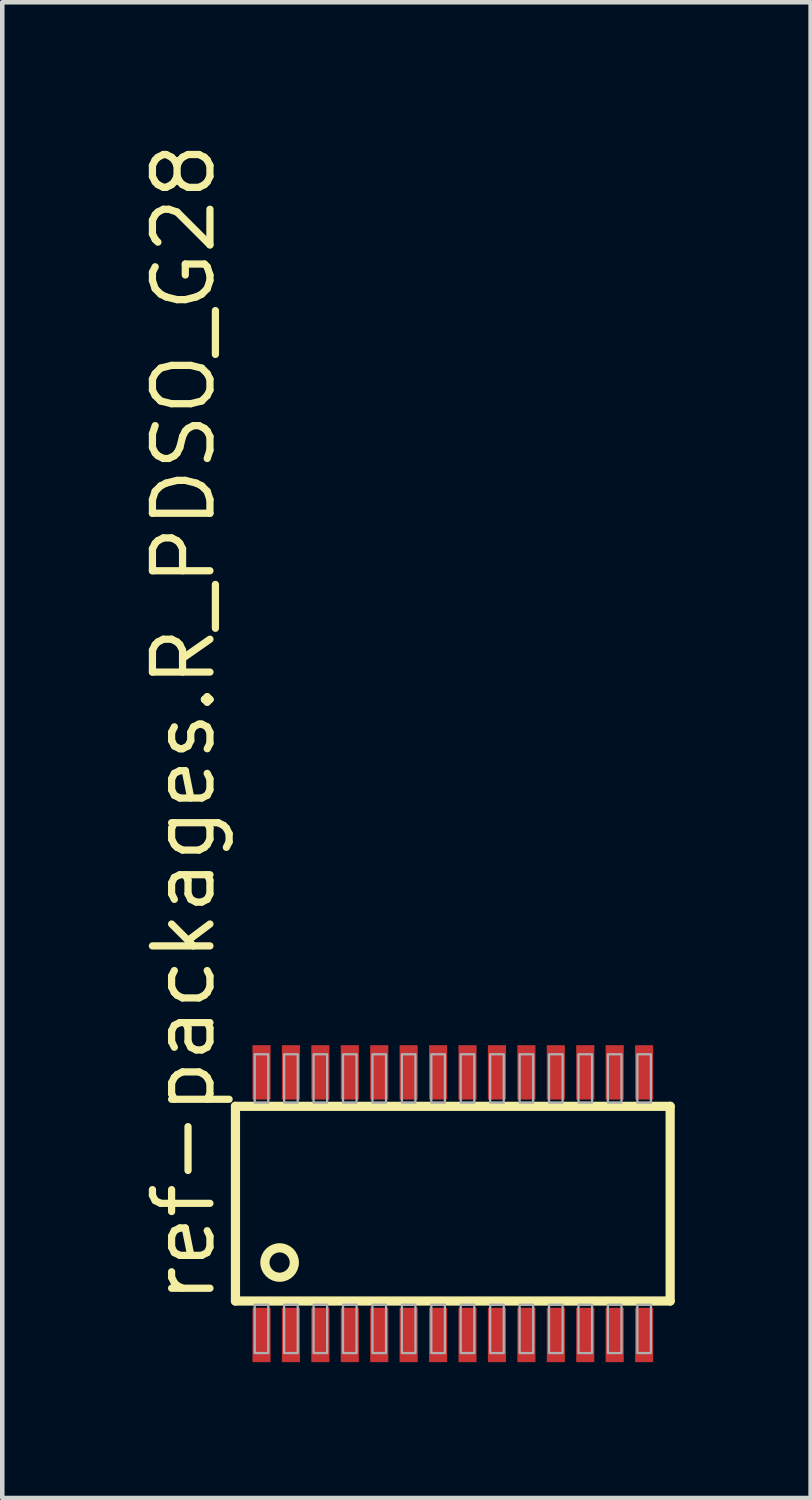
<source format=kicad_pcb>
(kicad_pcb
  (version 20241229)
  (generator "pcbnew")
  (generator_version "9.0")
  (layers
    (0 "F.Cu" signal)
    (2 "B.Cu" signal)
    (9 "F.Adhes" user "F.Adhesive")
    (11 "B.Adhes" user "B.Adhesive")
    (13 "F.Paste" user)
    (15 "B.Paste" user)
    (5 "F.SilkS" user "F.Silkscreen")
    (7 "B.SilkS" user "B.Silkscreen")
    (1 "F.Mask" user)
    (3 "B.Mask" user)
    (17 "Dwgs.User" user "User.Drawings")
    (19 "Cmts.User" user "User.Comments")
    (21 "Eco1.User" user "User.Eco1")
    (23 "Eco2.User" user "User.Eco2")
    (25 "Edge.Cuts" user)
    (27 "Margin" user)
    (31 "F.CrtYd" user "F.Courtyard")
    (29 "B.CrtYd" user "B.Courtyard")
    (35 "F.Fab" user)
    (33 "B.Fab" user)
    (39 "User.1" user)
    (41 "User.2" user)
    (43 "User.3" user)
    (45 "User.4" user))
  (footprint "ref-packages.R_PDSO_G28"
    (layer "F.Cu")
    (at 6.95 23.532)
    (property "Reference" "ref-packages.R_PDSO_G28" (at -5.2 2.275 90) (layer "F.SilkS") (effects (font (size 1.27 1.27) (thickness 0.16)) (justify left bottom)))
    (attr smd)
    (fp_line (start -4.8 -2.15) (end 4.8 -2.15) (stroke (width 0.203) (type default)) (layer "F.SilkS"))
    (fp_line (start -4.8 2.15) (end -4.8 -2.15) (stroke (width 0.203) (type default)) (layer "F.SilkS"))
    (fp_line (start 4.8 -2.15) (end 4.8 2.15) (stroke (width 0.203) (type default)) (layer "F.SilkS"))
    (fp_line (start 4.8 2.15) (end -4.8 2.15) (stroke (width 0.203) (type default)) (layer "F.SilkS"))
    (fp_circle (center -3.825 1.3) (end -3.5 1.3) (stroke (width 0.203) (type default)) (fill no) (layer "F.SilkS"))
    (fp_rect (start -4.375 -2.23) (end -4.075 -3.3) (stroke (width 0.05) (type default)) (fill no) (layer "F.Fab"))
    (fp_rect (start -4.375 3.3) (end -4.075 2.23) (stroke (width 0.05) (type default)) (fill no) (layer "F.Fab"))
    (fp_rect (start -3.725 -2.23) (end -3.425 -3.3) (stroke (width 0.05) (type default)) (fill no) (layer "F.Fab"))
    (fp_rect (start -3.725 3.3) (end -3.425 2.23) (stroke (width 0.05) (type default)) (fill no) (layer "F.Fab"))
    (fp_rect (start -3.075 -2.23) (end -2.775 -3.3) (stroke (width 0.05) (type default)) (fill no) (layer "F.Fab"))
    (fp_rect (start -3.075 3.3) (end -2.775 2.23) (stroke (width 0.05) (type default)) (fill no) (layer "F.Fab"))
    (fp_rect (start -2.425 -2.23) (end -2.125 -3.3) (stroke (width 0.05) (type default)) (fill no) (layer "F.Fab"))
    (fp_rect (start -2.425 3.3) (end -2.125 2.23) (stroke (width 0.05) (type default)) (fill no) (layer "F.Fab"))
    (fp_rect (start -1.775 -2.23) (end -1.475 -3.3) (stroke (width 0.05) (type default)) (fill no) (layer "F.Fab"))
    (fp_rect (start -1.775 3.3) (end -1.475 2.23) (stroke (width 0.05) (type default)) (fill no) (layer "F.Fab"))
    (fp_rect (start -1.125 -2.23) (end -0.825 -3.3) (stroke (width 0.05) (type default)) (fill no) (layer "F.Fab"))
    (fp_rect (start -1.125 3.3) (end -0.825 2.23) (stroke (width 0.05) (type default)) (fill no) (layer "F.Fab"))
    (fp_rect (start -0.475 -2.23) (end -0.175 -3.3) (stroke (width 0.05) (type default)) (fill no) (layer "F.Fab"))
    (fp_rect (start -0.475 3.3) (end -0.175 2.23) (stroke (width 0.05) (type default)) (fill no) (layer "F.Fab"))
    (fp_rect (start 0.175 -2.23) (end 0.475 -3.3) (stroke (width 0.05) (type default)) (fill no) (layer "F.Fab"))
    (fp_rect (start 0.175 3.3) (end 0.475 2.23) (stroke (width 0.05) (type default)) (fill no) (layer "F.Fab"))
    (fp_rect (start 0.825 -2.23) (end 1.125 -3.3) (stroke (width 0.05) (type default)) (fill no) (layer "F.Fab"))
    (fp_rect (start 0.825 3.3) (end 1.125 2.23) (stroke (width 0.05) (type default)) (fill no) (layer "F.Fab"))
    (fp_rect (start 1.475 -2.23) (end 1.775 -3.3) (stroke (width 0.05) (type default)) (fill no) (layer "F.Fab"))
    (fp_rect (start 1.475 3.3) (end 1.775 2.23) (stroke (width 0.05) (type default)) (fill no) (layer "F.Fab"))
    (fp_rect (start 2.125 -2.23) (end 2.425 -3.3) (stroke (width 0.05) (type default)) (fill no) (layer "F.Fab"))
    (fp_rect (start 2.125 3.3) (end 2.425 2.23) (stroke (width 0.05) (type default)) (fill no) (layer "F.Fab"))
    (fp_rect (start 2.775 -2.23) (end 3.075 -3.3) (stroke (width 0.05) (type default)) (fill no) (layer "F.Fab"))
    (fp_rect (start 2.775 3.3) (end 3.075 2.23) (stroke (width 0.05) (type default)) (fill no) (layer "F.Fab"))
    (fp_rect (start 3.425 -2.23) (end 3.725 -3.3) (stroke (width 0.05) (type default)) (fill no) (layer "F.Fab"))
    (fp_rect (start 3.425 3.3) (end 3.725 2.23) (stroke (width 0.05) (type default)) (fill no) (layer "F.Fab"))
    (fp_rect (start 4.075 -2.23) (end 4.375 -3.3) (stroke (width 0.05) (type default)) (fill no) (layer "F.Fab"))
    (fp_rect (start 4.075 3.3) (end 4.375 2.23) (stroke (width 0.05) (type default)) (fill no) (layer "F.Fab"))
    (pad "1" smd roundrect (at -4.225 2.9) (size 0.4 1.2) (layers "F.Cu" "F.Mask" "F.Paste") (roundrect_rratio 0.01))
    (pad "2" smd roundrect (at -3.575 2.9) (size 0.4 1.2) (layers "F.Cu" "F.Mask" "F.Paste") (roundrect_rratio 0.01))
    (pad "3" smd roundrect (at -2.925 2.9) (size 0.4 1.2) (layers "F.Cu" "F.Mask" "F.Paste") (roundrect_rratio 0.01))
    (pad "4" smd roundrect (at -2.275 2.9) (size 0.4 1.2) (layers "F.Cu" "F.Mask" "F.Paste") (roundrect_rratio 0.01))
    (pad "5" smd roundrect (at -1.625 2.9) (size 0.4 1.2) (layers "F.Cu" "F.Mask" "F.Paste") (roundrect_rratio 0.01))
    (pad "6" smd roundrect (at -0.975 2.9) (size 0.4 1.2) (layers "F.Cu" "F.Mask" "F.Paste") (roundrect_rratio 0.01))
    (pad "7" smd roundrect (at -0.325 2.9) (size 0.4 1.2) (layers "F.Cu" "F.Mask" "F.Paste") (roundrect_rratio 0.01))
    (pad "8" smd roundrect (at 0.325 2.9) (size 0.4 1.2) (layers "F.Cu" "F.Mask" "F.Paste") (roundrect_rratio 0.01))
    (pad "9" smd roundrect (at 0.975 2.9) (size 0.4 1.2) (layers "F.Cu" "F.Mask" "F.Paste") (roundrect_rratio 0.01))
    (pad "10" smd roundrect (at 1.625 2.9) (size 0.4 1.2) (layers "F.Cu" "F.Mask" "F.Paste") (roundrect_rratio 0.01))
    (pad "11" smd roundrect (at 2.275 2.9) (size 0.4 1.2) (layers "F.Cu" "F.Mask" "F.Paste") (roundrect_rratio 0.01))
    (pad "12" smd roundrect (at 2.925 2.9) (size 0.4 1.2) (layers "F.Cu" "F.Mask" "F.Paste") (roundrect_rratio 0.01))
    (pad "13" smd roundrect (at 3.575 2.9) (size 0.4 1.2) (layers "F.Cu" "F.Mask" "F.Paste") (roundrect_rratio 0.01))
    (pad "14" smd roundrect (at 4.225 2.9) (size 0.4 1.2) (layers "F.Cu" "F.Mask" "F.Paste") (roundrect_rratio 0.01))
    (pad "15" smd roundrect (at 4.225 -2.9 180) (size 0.4 1.2) (layers "F.Cu" "F.Mask" "F.Paste") (roundrect_rratio 0.01))
    (pad "16" smd roundrect (at 3.575 -2.9 180) (size 0.4 1.2) (layers "F.Cu" "F.Mask" "F.Paste") (roundrect_rratio 0.01))
    (pad "17" smd roundrect (at 2.925 -2.9 180) (size 0.4 1.2) (layers "F.Cu" "F.Mask" "F.Paste") (roundrect_rratio 0.01))
    (pad "18" smd roundrect (at 2.275 -2.9 180) (size 0.4 1.2) (layers "F.Cu" "F.Mask" "F.Paste") (roundrect_rratio 0.01))
    (pad "19" smd roundrect (at 1.625 -2.9 180) (size 0.4 1.2) (layers "F.Cu" "F.Mask" "F.Paste") (roundrect_rratio 0.01))
    (pad "20" smd roundrect (at 0.975 -2.9 180) (size 0.4 1.2) (layers "F.Cu" "F.Mask" "F.Paste") (roundrect_rratio 0.01))
    (pad "21" smd roundrect (at 0.325 -2.9 180) (size 0.4 1.2) (layers "F.Cu" "F.Mask" "F.Paste") (roundrect_rratio 0.01))
    (pad "22" smd roundrect (at -0.325 -2.9 180) (size 0.4 1.2) (layers "F.Cu" "F.Mask" "F.Paste") (roundrect_rratio 0.01))
    (pad "23" smd roundrect (at -0.975 -2.9 180) (size 0.4 1.2) (layers "F.Cu" "F.Mask" "F.Paste") (roundrect_rratio 0.01))
    (pad "24" smd roundrect (at -1.625 -2.9 180) (size 0.4 1.2) (layers "F.Cu" "F.Mask" "F.Paste") (roundrect_rratio 0.01))
    (pad "25" smd roundrect (at -2.275 -2.9 180) (size 0.4 1.2) (layers "F.Cu" "F.Mask" "F.Paste") (roundrect_rratio 0.01))
    (pad "26" smd roundrect (at -2.925 -2.9 180) (size 0.4 1.2) (layers "F.Cu" "F.Mask" "F.Paste") (roundrect_rratio 0.01))
    (pad "27" smd roundrect (at -3.575 -2.9 180) (size 0.4 1.2) (layers "F.Cu" "F.Mask" "F.Paste") (roundrect_rratio 0.01))
    (pad "28" smd roundrect (at -4.225 -2.9 180) (size 0.4 1.2) (layers "F.Cu" "F.Mask" "F.Paste") (roundrect_rratio 0.01)))
  (gr_rect
    (start -3 -3)
    (end 14.852 30.032)
    (stroke (width 0.1) (type default))
    (fill no)
    (layer "Edge.Cuts")))
</source>
